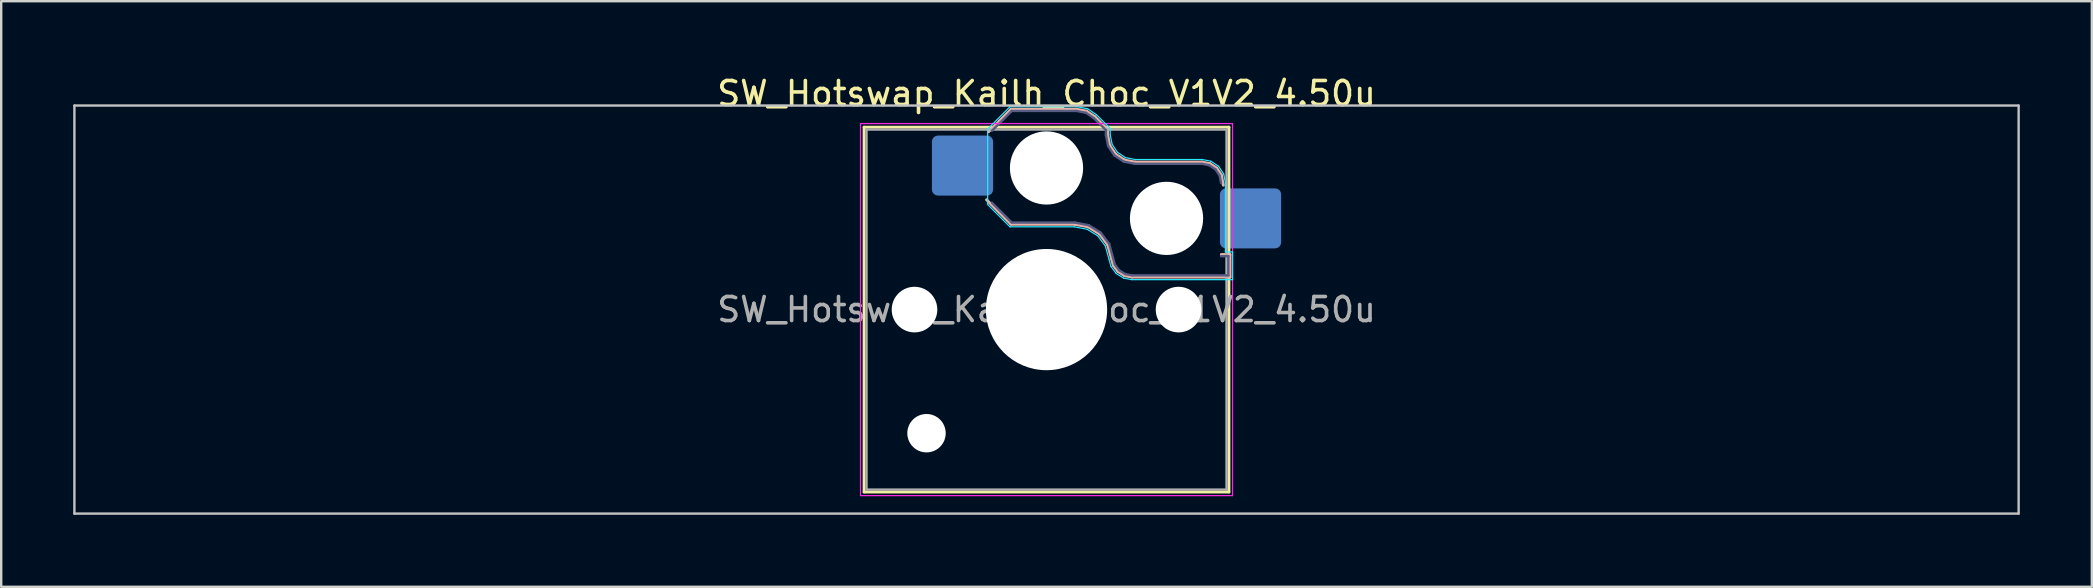
<source format=kicad_pcb>
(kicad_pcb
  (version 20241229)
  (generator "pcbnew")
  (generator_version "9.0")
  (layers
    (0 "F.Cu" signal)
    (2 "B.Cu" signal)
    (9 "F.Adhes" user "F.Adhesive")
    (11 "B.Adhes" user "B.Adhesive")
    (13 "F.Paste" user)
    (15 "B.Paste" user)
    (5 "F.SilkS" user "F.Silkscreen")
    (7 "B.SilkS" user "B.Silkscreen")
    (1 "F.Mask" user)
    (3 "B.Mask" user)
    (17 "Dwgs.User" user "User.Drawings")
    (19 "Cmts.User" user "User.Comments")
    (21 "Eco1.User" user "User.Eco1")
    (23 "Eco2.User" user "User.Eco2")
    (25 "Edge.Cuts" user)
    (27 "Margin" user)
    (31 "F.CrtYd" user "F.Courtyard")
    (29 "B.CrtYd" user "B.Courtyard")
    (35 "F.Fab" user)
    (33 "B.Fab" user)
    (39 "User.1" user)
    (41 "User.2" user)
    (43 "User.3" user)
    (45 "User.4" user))
  (footprint "SW_Hotswap_Kailh_Choc_V1V2_4.50u"
    (layer "F.Cu")
    (at 40.55 9.848)
    (property "Reference" "SW_Hotswap_Kailh_Choc_V1V2_4.50u" (at 0 -9 0) (layer "F.SilkS") (effects (font (size 1 1) (thickness 0.15))))
    (attr smd)
    (fp_line (start -7.6 -7.6) (end -7.6 7.6) (stroke (width 0.12) (type solid)) (layer "F.SilkS"))
    (fp_line (start -7.6 7.6) (end 7.6 7.6) (stroke (width 0.12) (type solid)) (layer "F.SilkS"))
    (fp_line (start 7.6 -7.6) (end -7.6 -7.6) (stroke (width 0.12) (type solid)) (layer "F.SilkS"))
    (fp_line (start 7.6 7.6) (end 7.6 -7.6) (stroke (width 0.12) (type solid)) (layer "F.SilkS"))
    (fp_line (start -2.416 -7.409) (end -1.479 -8.346) (stroke (width 0.12) (type solid)) (layer "B.SilkS"))
    (fp_line (start -1.479 -8.346) (end 1.268 -8.346) (stroke (width 0.12) (type solid)) (layer "B.SilkS"))
    (fp_line (start -1.479 -3.554) (end -2.5 -4.575) (stroke (width 0.12) (type solid)) (layer "B.SilkS"))
    (fp_line (start 1.168 -3.554) (end -1.479 -3.554) (stroke (width 0.12) (type solid)) (layer "B.SilkS"))
    (fp_line (start 1.268 -8.346) (end 1.671 -8.266) (stroke (width 0.12) (type solid)) (layer "B.SilkS"))
    (fp_line (start 1.671 -8.266) (end 2.013 -8.037) (stroke (width 0.12) (type solid)) (layer "B.SilkS"))
    (fp_line (start 1.73 -3.449) (end 1.168 -3.554) (stroke (width 0.12) (type solid)) (layer "B.SilkS"))
    (fp_line (start 2.013 -8.037) (end 2.546 -7.504) (stroke (width 0.12) (type solid)) (layer "B.SilkS"))
    (fp_line (start 2.209 -3.15) (end 1.73 -3.449) (stroke (width 0.12) (type solid)) (layer "B.SilkS"))
    (fp_line (start 2.546 -7.504) (end 2.546 -7.282) (stroke (width 0.12) (type solid)) (layer "B.SilkS"))
    (fp_line (start 2.546 -7.282) (end 2.633 -6.844) (stroke (width 0.12) (type solid)) (layer "B.SilkS"))
    (fp_line (start 2.547 -2.697) (end 2.209 -3.15) (stroke (width 0.12) (type solid)) (layer "B.SilkS"))
    (fp_line (start 2.633 -6.844) (end 2.877 -6.477) (stroke (width 0.12) (type solid)) (layer "B.SilkS"))
    (fp_line (start 2.701 -2.139) (end 2.547 -2.697) (stroke (width 0.12) (type solid)) (layer "B.SilkS"))
    (fp_line (start 2.783 -1.841) (end 2.701 -2.139) (stroke (width 0.12) (type solid)) (layer "B.SilkS"))
    (fp_line (start 2.877 -6.477) (end 3.244 -6.233) (stroke (width 0.12) (type solid)) (layer "B.SilkS"))
    (fp_line (start 2.976 -1.583) (end 2.783 -1.841) (stroke (width 0.12) (type solid)) (layer "B.SilkS"))
    (fp_line (start 3.244 -6.233) (end 3.682 -6.146) (stroke (width 0.12) (type solid)) (layer "B.SilkS"))
    (fp_line (start 3.25 -1.413) (end 2.976 -1.583) (stroke (width 0.12) (type solid)) (layer "B.SilkS"))
    (fp_line (start 3.56 -1.354) (end 3.25 -1.413) (stroke (width 0.12) (type solid)) (layer "B.SilkS"))
    (fp_line (start 3.682 -6.146) (end 6.482 -6.146) (stroke (width 0.12) (type solid)) (layer "B.SilkS"))
    (fp_line (start 6.482 -6.146) (end 6.809 -6.081) (stroke (width 0.12) (type solid)) (layer "B.SilkS"))
    (fp_line (start 6.809 -6.081) (end 7.092 -5.892) (stroke (width 0.12) (type solid)) (layer "B.SilkS"))
    (fp_line (start 7.092 -5.892) (end 7.281 -5.609) (stroke (width 0.12) (type solid)) (layer "B.SilkS"))
    (fp_line (start 7.281 -5.609) (end 7.366 -5.182) (stroke (width 0.12) (type solid)) (layer "B.SilkS"))
    (fp_line (start 7.283 -2.296) (end 7.646 -2.296) (stroke (width 0.12) (type solid)) (layer "B.SilkS"))
    (fp_line (start 7.646 -2.296) (end 7.646 -1.354) (stroke (width 0.12) (type solid)) (layer "B.SilkS"))
    (fp_line (start 7.646 -1.354) (end 3.56 -1.354) (stroke (width 0.12) (type solid)) (layer "B.SilkS"))
    (fp_line (start -40.5 -8.5) (end -40.5 8.5) (stroke (width 0.1) (type solid)) (layer "Dwgs.User"))
    (fp_line (start -40.5 8.5) (end 40.5 8.5) (stroke (width 0.1) (type solid)) (layer "Dwgs.User"))
    (fp_line (start 40.5 -8.5) (end -40.5 -8.5) (stroke (width 0.1) (type solid)) (layer "Dwgs.User"))
    (fp_line (start 40.5 8.5) (end 40.5 -8.5) (stroke (width 0.1) (type solid)) (layer "Dwgs.User"))
    (fp_line (start -7.25 -7.25) (end -7.25 7.25) (stroke (width 0.1) (type solid)) (layer "Eco1.User"))
    (fp_line (start -7.25 7.25) (end 7.25 7.25) (stroke (width 0.1) (type solid)) (layer "Eco1.User"))
    (fp_line (start 7.25 -7.25) (end -7.25 -7.25) (stroke (width 0.1) (type solid)) (layer "Eco1.User"))
    (fp_line (start 7.25 7.25) (end 7.25 -7.25) (stroke (width 0.1) (type solid)) (layer "Eco1.User"))
    (fp_line (start -2.452 -7.523) (end -1.523 -8.452) (stroke (width 0.05) (type solid)) (layer "B.CrtYd"))
    (fp_line (start -2.452 -4.377) (end -2.452 -7.523) (stroke (width 0.05) (type solid)) (layer "B.CrtYd"))
    (fp_line (start -1.523 -8.452) (end 1.278 -8.452) (stroke (width 0.05) (type solid)) (layer "B.CrtYd"))
    (fp_line (start -1.523 -3.448) (end -2.452 -4.377) (stroke (width 0.05) (type solid)) (layer "B.CrtYd"))
    (fp_line (start 1.159 -3.448) (end -1.523 -3.448) (stroke (width 0.05) (type solid)) (layer "B.CrtYd"))
    (fp_line (start 1.278 -8.452) (end 1.712 -8.366) (stroke (width 0.05) (type solid)) (layer "B.CrtYd"))
    (fp_line (start 1.691 -3.348) (end 1.159 -3.448) (stroke (width 0.05) (type solid)) (layer "B.CrtYd"))
    (fp_line (start 1.712 -8.366) (end 2.081 -8.119) (stroke (width 0.05) (type solid)) (layer "B.CrtYd"))
    (fp_line (start 2.081 -8.119) (end 2.652 -7.548) (stroke (width 0.05) (type solid)) (layer "B.CrtYd"))
    (fp_line (start 2.136 -3.071) (end 1.691 -3.348) (stroke (width 0.05) (type solid)) (layer "B.CrtYd"))
    (fp_line (start 2.45 -2.65) (end 2.136 -3.071) (stroke (width 0.05) (type solid)) (layer "B.CrtYd"))
    (fp_line (start 2.599 -2.111) (end 2.45 -2.65) (stroke (width 0.05) (type solid)) (layer "B.CrtYd"))
    (fp_line (start 2.652 -7.548) (end 2.652 -7.292) (stroke (width 0.05) (type solid)) (layer "B.CrtYd"))
    (fp_line (start 2.652 -7.292) (end 2.733 -6.885) (stroke (width 0.05) (type solid)) (layer "B.CrtYd"))
    (fp_line (start 2.687 -1.794) (end 2.599 -2.111) (stroke (width 0.05) (type solid)) (layer "B.CrtYd"))
    (fp_line (start 2.733 -6.885) (end 2.953 -6.553) (stroke (width 0.05) (type solid)) (layer "B.CrtYd"))
    (fp_line (start 2.903 -1.503) (end 2.687 -1.794) (stroke (width 0.05) (type solid)) (layer "B.CrtYd"))
    (fp_line (start 2.953 -6.553) (end 3.285 -6.333) (stroke (width 0.05) (type solid)) (layer "B.CrtYd"))
    (fp_line (start 3.211 -1.312) (end 2.903 -1.503) (stroke (width 0.05) (type solid)) (layer "B.CrtYd"))
    (fp_line (start 3.285 -6.333) (end 3.692 -6.252) (stroke (width 0.05) (type solid)) (layer "B.CrtYd"))
    (fp_line (start 3.55 -1.248) (end 3.211 -1.312) (stroke (width 0.05) (type solid)) (layer "B.CrtYd"))
    (fp_line (start 3.692 -6.252) (end 6.492 -6.252) (stroke (width 0.05) (type solid)) (layer "B.CrtYd"))
    (fp_line (start 6.492 -6.252) (end 6.85 -6.181) (stroke (width 0.05) (type solid)) (layer "B.CrtYd"))
    (fp_line (start 6.85 -6.181) (end 7.168 -5.968) (stroke (width 0.05) (type solid)) (layer "B.CrtYd"))
    (fp_line (start 7.168 -5.968) (end 7.381 -5.65) (stroke (width 0.05) (type solid)) (layer "B.CrtYd"))
    (fp_line (start 7.381 -5.65) (end 7.452 -5.292) (stroke (width 0.05) (type solid)) (layer "B.CrtYd"))
    (fp_line (start 7.452 -5.292) (end 7.452 -2.402) (stroke (width 0.05) (type solid)) (layer "B.CrtYd"))
    (fp_line (start 7.452 -2.402) (end 7.752 -2.402) (stroke (width 0.05) (type solid)) (layer "B.CrtYd"))
    (fp_line (start 7.752 -2.402) (end 7.752 -1.248) (stroke (width 0.05) (type solid)) (layer "B.CrtYd"))
    (fp_line (start 7.752 -1.248) (end 3.55 -1.248) (stroke (width 0.05) (type solid)) (layer "B.CrtYd"))
    (fp_line (start -7.75 -7.75) (end -7.75 7.75) (stroke (width 0.05) (type solid)) (layer "F.CrtYd"))
    (fp_line (start -7.75 7.75) (end 7.75 7.75) (stroke (width 0.05) (type solid)) (layer "F.CrtYd"))
    (fp_line (start 7.75 -7.75) (end -7.75 -7.75) (stroke (width 0.05) (type solid)) (layer "F.CrtYd"))
    (fp_line (start 7.75 7.75) (end 7.75 -7.75) (stroke (width 0.05) (type solid)) (layer "F.CrtYd"))
    (fp_line (start -2.275 -7.45) (end -1.45 -8.275) (stroke (width 0.1) (type solid)) (layer "B.Fab"))
    (fp_line (start -1.45 -8.275) (end 1.261 -8.275) (stroke (width 0.1) (type solid)) (layer "B.Fab"))
    (fp_line (start -1.45 -3.625) (end -2.275 -4.45) (stroke (width 0.1) (type solid)) (layer "B.Fab"))
    (fp_line (start 1.175 -3.625) (end -1.45 -3.625) (stroke (width 0.1) (type solid)) (layer "B.Fab"))
    (fp_line (start 1.261 -8.275) (end 1.643 -8.199) (stroke (width 0.1) (type solid)) (layer "B.Fab"))
    (fp_line (start 1.643 -8.199) (end 1.968 -7.982) (stroke (width 0.1) (type solid)) (layer "B.Fab"))
    (fp_line (start 1.756 -3.516) (end 1.175 -3.625) (stroke (width 0.1) (type solid)) (layer "B.Fab"))
    (fp_line (start 1.968 -7.982) (end 2.475 -7.475) (stroke (width 0.1) (type solid)) (layer "B.Fab"))
    (fp_line (start 2.258 -3.203) (end 1.756 -3.516) (stroke (width 0.1) (type solid)) (layer "B.Fab"))
    (fp_line (start 2.475 -7.475) (end 2.475 -7.275) (stroke (width 0.1) (type solid)) (layer "B.Fab"))
    (fp_line (start 2.475 -7.275) (end 2.566 -6.816) (stroke (width 0.1) (type solid)) (layer "B.Fab"))
    (fp_line (start 2.566 -6.816) (end 2.826 -6.426) (stroke (width 0.1) (type solid)) (layer "B.Fab"))
    (fp_line (start 2.612 -2.729) (end 2.258 -3.203) (stroke (width 0.1) (type solid)) (layer "B.Fab"))
    (fp_line (start 2.769 -2.158) (end 2.612 -2.729) (stroke (width 0.1) (type solid)) (layer "B.Fab"))
    (fp_line (start 2.826 -6.426) (end 3.216 -6.166) (stroke (width 0.1) (type solid)) (layer "B.Fab"))
    (fp_line (start 2.848 -1.873) (end 2.769 -2.158) (stroke (width 0.1) (type solid)) (layer "B.Fab"))
    (fp_line (start 3.025 -1.636) (end 2.848 -1.873) (stroke (width 0.1) (type solid)) (layer "B.Fab"))
    (fp_line (start 3.216 -6.166) (end 3.675 -6.075) (stroke (width 0.1) (type solid)) (layer "B.Fab"))
    (fp_line (start 3.276 -1.48) (end 3.025 -1.636) (stroke (width 0.1) (type solid)) (layer "B.Fab"))
    (fp_line (start 3.567 -1.425) (end 3.276 -1.48) (stroke (width 0.1) (type solid)) (layer "B.Fab"))
    (fp_line (start 3.675 -6.075) (end 6.475 -6.075) (stroke (width 0.1) (type solid)) (layer "B.Fab"))
    (fp_line (start 6.475 -6.075) (end 6.781 -6.014) (stroke (width 0.1) (type solid)) (layer "B.Fab"))
    (fp_line (start 6.781 -6.014) (end 7.041 -5.841) (stroke (width 0.1) (type solid)) (layer "B.Fab"))
    (fp_line (start 7.041 -5.841) (end 7.214 -5.581) (stroke (width 0.1) (type solid)) (layer "B.Fab"))
    (fp_line (start 7.214 -5.581) (end 7.275 -5.275) (stroke (width 0.1) (type solid)) (layer "B.Fab"))
    (fp_line (start 7.275 -2.225) (end 7.575 -2.225) (stroke (width 0.1) (type solid)) (layer "B.Fab"))
    (fp_line (start 7.575 -2.225) (end 7.575 -1.425) (stroke (width 0.1) (type solid)) (layer "B.Fab"))
    (fp_line (start 7.575 -1.425) (end 3.567 -1.425) (stroke (width 0.1) (type solid)) (layer "B.Fab"))
    (fp_line (start -7.5 -7.5) (end -7.5 7.5) (stroke (width 0.1) (type solid)) (layer "F.Fab"))
    (fp_line (start -7.5 7.5) (end 7.5 7.5) (stroke (width 0.1) (type solid)) (layer "F.Fab"))
    (fp_line (start 7.5 -7.5) (end -7.5 -7.5) (stroke (width 0.1) (type solid)) (layer "F.Fab"))
    (fp_line (start 7.5 7.5) (end 7.5 -7.5) (stroke (width 0.1) (type solid)) (layer "F.Fab"))
    (fp_text user "${REFERENCE}" (at 0 0 0) (layer "F.Fab") (effects (font (size 1 1) (thickness 0.15))))
    (pad "" np_thru_hole circle (at -5.5 0) (size 1.9 1.9) (drill 1.9) (layers "*.Cu" "*.Mask"))
    (pad "" np_thru_hole circle (at -5 5.15) (size 1.6 1.6) (drill 1.6) (layers "*.Cu" "*.Mask"))
    (pad "" np_thru_hole circle (at 0 -5.9) (size 3.05 3.05) (drill 3.05) (layers "*.Cu" "*.Mask"))
    (pad "" np_thru_hole circle (at 0 0) (size 5.05 5.05) (drill 5.05) (layers "*.Cu" "*.Mask"))
    (pad "" np_thru_hole circle (at 5 -3.8) (size 3.05 3.05) (drill 3.05) (layers "*.Cu" "*.Mask"))
    (pad "" np_thru_hole circle (at 5.5 0) (size 1.9 1.9) (drill 1.9) (layers "*.Cu" "*.Mask"))
    (pad "1" smd roundrect (at -3.5 -6) (size 2.55 2.5) (layers "B.Cu" "B.Mask" "B.Paste") (roundrect_rratio 0.1))
    (pad "2" smd roundrect (at 8.5 -3.8) (size 2.55 2.5) (layers "B.Cu" "B.Mask" "B.Paste") (roundrect_rratio 0.1)))
  (gr_rect
    (start -3 -3)
    (end 84.1 21.398)
    (stroke (width 0.1) (type default))
    (fill no)
    (layer "Edge.Cuts")))
</source>
